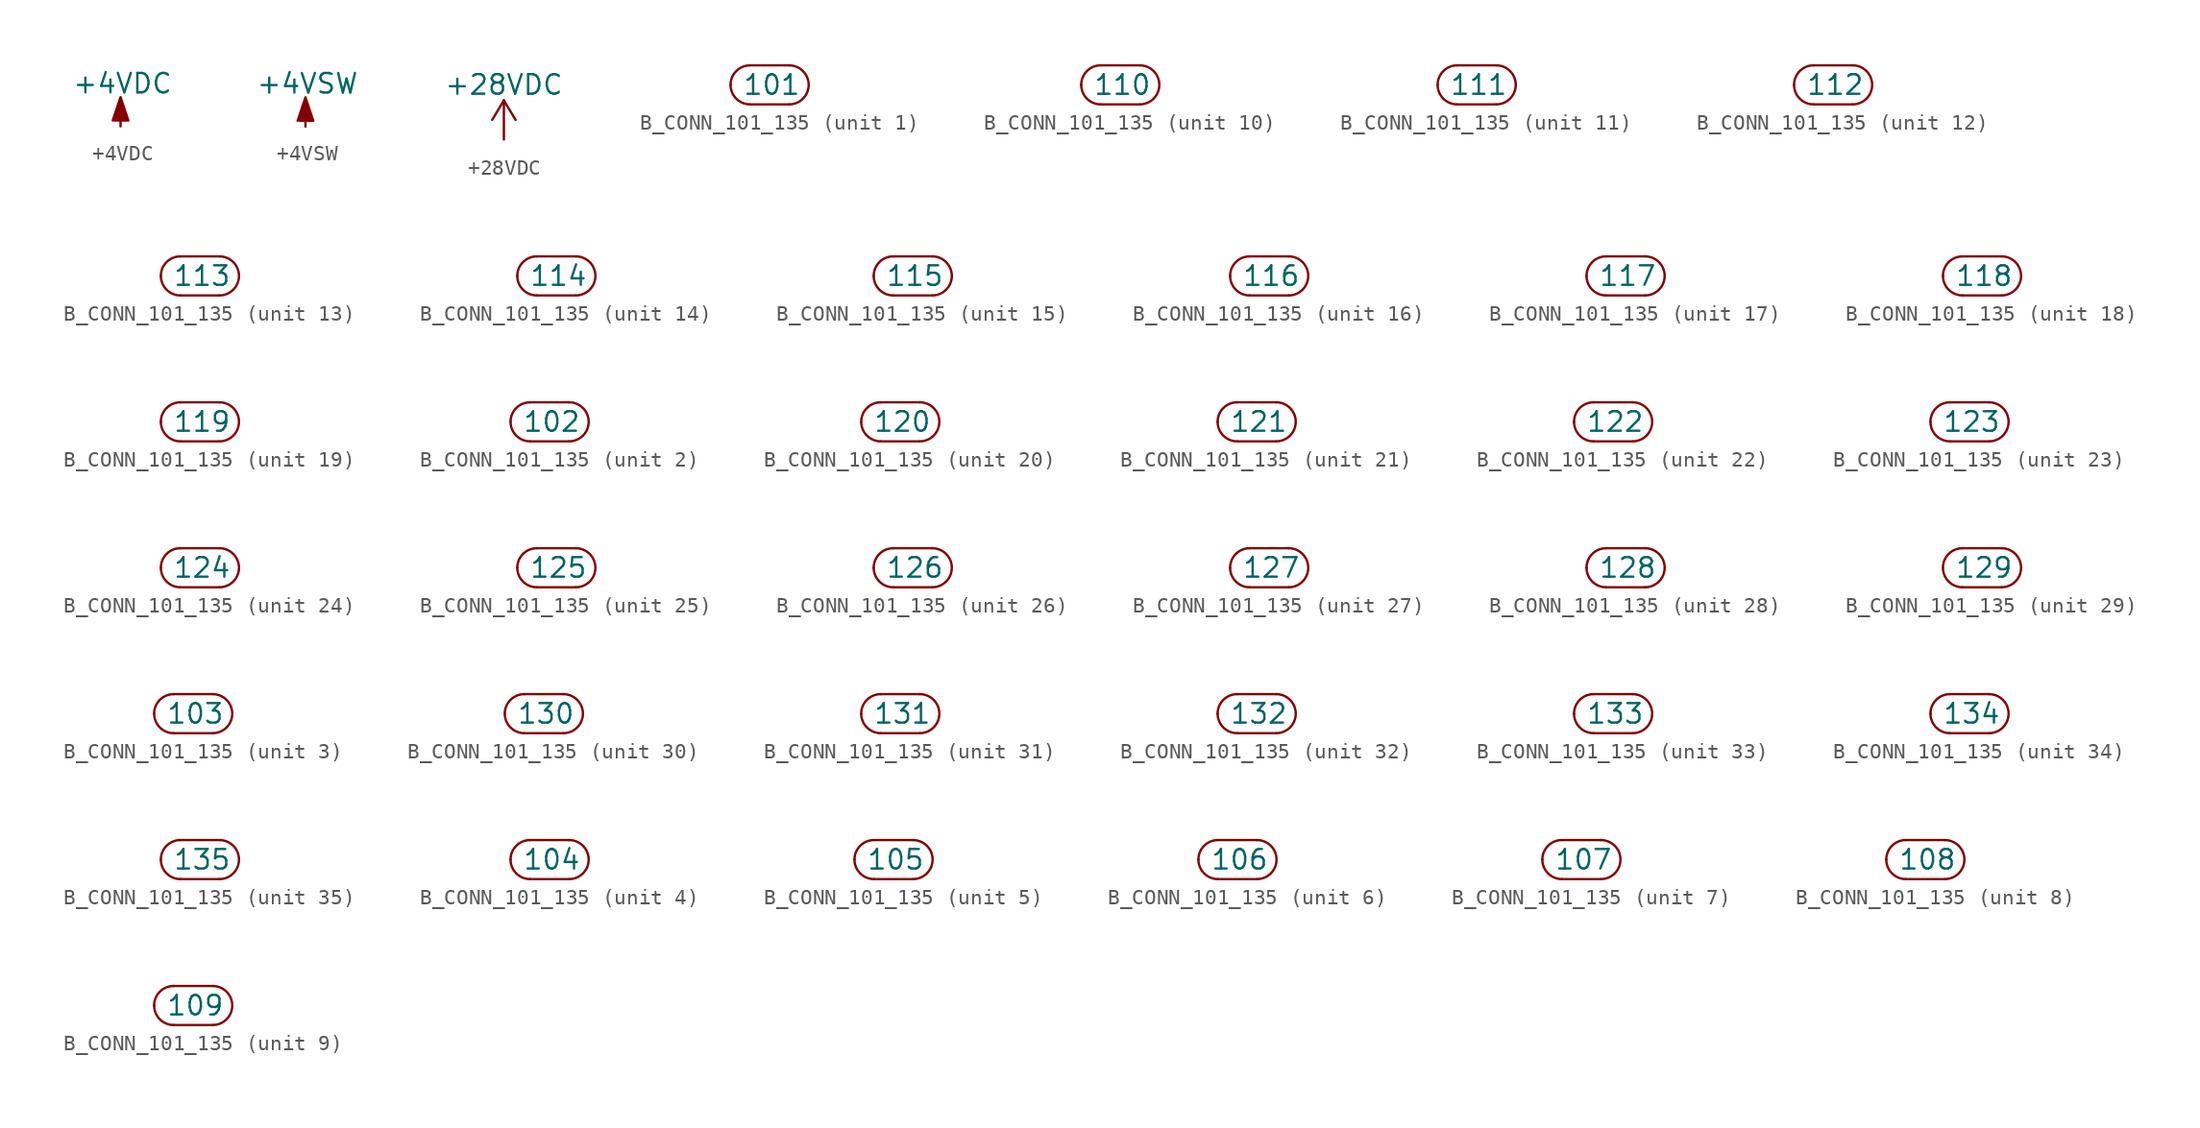
<source format=kicad_sym>
(kicad_symbol_lib
  (version 20211014)
  (generator kicad_symbol_editor)
  (symbol "+4VDC"
    (power)
    (pin_names
      (offset 0))
    (property "Reference" "#PWR"
      (at 0 -3.81 0)
      (effects (font (size 1.27 1.27)) hide))
    (property "Value" "+4VDC"
      (at 0.127 2.794 0)
      (effects (font (size 1.27 1.27))))
    (property "Footprint" ""
      (at 0 0 0)
      (effects (font (size 1.524 1.524))))
    (property "Datasheet" ""
      (at 0 0 0)
      (effects (font (size 1.524 1.524))))
    (symbol "+4VDC_0_1"
      (polyline (pts (xy 0 0) (xy 0 0.381)) (stroke (width 0) (type default) (color 0 0 0 0)) (fill (type none)))
      (polyline (pts (xy -0.508 0.381) (xy 0 1.905) (xy 0.508 0.381) (xy -0.381 0.381)) (stroke (width 0) (type default) (color 0 0 0 0)) (fill (type outline))))
    (symbol "+4VDC_1_1"
      (pin power_in line (at 0 0 90) (length 0) hide (name "+4VDC" (effects (font (size 1.27 1.27)))) (number "1" (effects (font (size 1.27 1.27)))))))
  (symbol "+4VSW"
    (power)
    (pin_names
      (offset 0))
    (property "Reference" "#PWR"
      (at 0 -3.81 0)
      (effects (font (size 1.27 1.27)) hide))
    (property "Value" "+4VSW"
      (at 0.127 2.794 0)
      (effects (font (size 1.27 1.27))))
    (property "Footprint" ""
      (at 0 0 0)
      (effects (font (size 1.524 1.524))))
    (property "Datasheet" ""
      (at 0 0 0)
      (effects (font (size 1.524 1.524))))
    (symbol "+4VSW_0_1"
      (polyline (pts (xy 0 0) (xy 0 0.381)) (stroke (width 0) (type default) (color 0 0 0 0)) (fill (type none)))
      (polyline (pts (xy -0.508 0.381) (xy 0 1.905) (xy 0.508 0.381) (xy -0.381 0.381)) (stroke (width 0) (type default) (color 0 0 0 0)) (fill (type outline))))
    (symbol "+4VSW_1_1"
      (pin power_in line (at 0 0 90) (length 0) hide (name "+4VSW" (effects (font (size 1.27 1.27)))) (number "1" (effects (font (size 1.27 1.27)))))))
  (symbol "+28VDC"
    (power)
    (pin_names
      (offset 0))
    (property "Reference" "#PWR"
      (at 0 -3.81 0)
      (effects (font (size 1.27 1.27)) hide))
    (property "Value" "+28VDC"
      (at 0 3.556 0)
      (effects (font (size 1.27 1.27))))
    (property "Footprint" ""
      (at 0 0 0)
      (effects (font (size 1.524 1.524))))
    (property "Datasheet" ""
      (at 0 0 0)
      (effects (font (size 1.524 1.524))))
    (symbol "+28VDC_0_1"
      (polyline (pts (xy -0.762 1.27) (xy 0 2.54)) (stroke (width 0) (type default) (color 0 0 0 0)) (fill (type none)))
      (polyline (pts (xy 0 0) (xy 0 2.54)) (stroke (width 0) (type default) (color 0 0 0 0)) (fill (type none)))
      (polyline (pts (xy 0 2.54) (xy 0.762 1.27)) (stroke (width 0) (type default) (color 0 0 0 0)) (fill (type none))))
    (symbol "+28VDC_1_1"
      (pin power_in line (at 0 0 90) (length 0) hide (name "+28VDC" (effects (font (size 1.27 1.27)))) (number "1" (effects (font (size 1.27 1.27)))))))
  (symbol "B_CONN_101_135"
    (pin_numbers hide)
    (pin_names
      (offset 0.762))
    (property "Reference" "P"
      (at 0 2.54 0)
      (effects (font (size 1.27 1.27)) hide))
    (property "Footprint" ""
      (at 3.81 0 0)
      (effects (font (size 1.524 1.524))))
    (property "Datasheet" ""
      (at 3.81 0 0)
      (effects (font (size 1.524 1.524))))
    (property "ki_locked" ""
      (at 0 0 0)
      (effects (font (size 1.27 1.27))))
    (symbol "B_CONN_101_135_0_1"
      (arc (start -1.27 1.27) (mid -2.54 0) (end -1.27 -1.27) (stroke (width 0) (type default) (color 0 0 0 0)) (fill (type none)))
      (polyline (pts (xy -1.27 -1.27) (xy 1.27 -1.27)) (stroke (width 0) (type default) (color 0 0 0 0)) (fill (type none)))
      (polyline (pts (xy 1.27 1.27) (xy -1.27 1.27)) (stroke (width 0) (type default) (color 0 0 0 0)) (fill (type none)))
      (arc (start 1.27 -1.27) (mid 2.54 0) (end 1.27 1.27) (stroke (width 0) (type default) (color 0 0 0 0)) (fill (type none))))
    (symbol "B_CONN_101_135_1_1"
      (pin passive line (at -2.54 0 0) (length 0) (name "101" (effects (font (size 1.27 1.27)))) (number "1" (effects (font (size 1.27 1.27))))))
    (symbol "B_CONN_101_135_2_1"
      (pin passive line (at -2.54 0 0) (length 0) (name "102" (effects (font (size 1.27 1.27)))) (number "2" (effects (font (size 1.27 1.27))))))
    (symbol "B_CONN_101_135_3_1"
      (pin passive line (at -2.54 0 0) (length 0) (name "103" (effects (font (size 1.27 1.27)))) (number "3" (effects (font (size 1.27 1.27))))))
    (symbol "B_CONN_101_135_4_1"
      (pin passive line (at -2.54 0 0) (length 0) (name "104" (effects (font (size 1.27 1.27)))) (number "4" (effects (font (size 1.27 1.27))))))
    (symbol "B_CONN_101_135_5_1"
      (pin passive line (at -2.54 0 0) (length 0) (name "105" (effects (font (size 1.27 1.27)))) (number "5" (effects (font (size 1.27 1.27))))))
    (symbol "B_CONN_101_135_6_1"
      (pin passive line (at -2.54 0 0) (length 0) (name "106" (effects (font (size 1.27 1.27)))) (number "6" (effects (font (size 1.27 1.27))))))
    (symbol "B_CONN_101_135_7_1"
      (pin passive line (at -2.54 0 0) (length 0) (name "107" (effects (font (size 1.27 1.27)))) (number "7" (effects (font (size 1.27 1.27))))))
    (symbol "B_CONN_101_135_8_1"
      (pin passive line (at -2.54 0 0) (length 0) (name "108" (effects (font (size 1.27 1.27)))) (number "8" (effects (font (size 1.27 1.27))))))
    (symbol "B_CONN_101_135_9_1"
      (pin passive line (at -2.54 0 0) (length 0) (name "109" (effects (font (size 1.27 1.27)))) (number "9" (effects (font (size 1.27 1.27))))))
    (symbol "B_CONN_101_135_10_1"
      (pin passive line (at -2.54 0 0) (length 0) (name "110" (effects (font (size 1.27 1.27)))) (number "10" (effects (font (size 1.27 1.27))))))
    (symbol "B_CONN_101_135_11_1"
      (pin passive line (at -2.54 0 0) (length 0) (name "111" (effects (font (size 1.27 1.27)))) (number "11" (effects (font (size 1.27 1.27))))))
    (symbol "B_CONN_101_135_12_1"
      (pin passive line (at -2.54 0 0) (length 0) (name "112" (effects (font (size 1.27 1.27)))) (number "12" (effects (font (size 1.27 1.27))))))
    (symbol "B_CONN_101_135_13_1"
      (pin passive line (at -2.54 0 0) (length 0) (name "113" (effects (font (size 1.27 1.27)))) (number "13" (effects (font (size 1.27 1.27))))))
    (symbol "B_CONN_101_135_14_1"
      (pin passive line (at -2.54 0 0) (length 0) (name "114" (effects (font (size 1.27 1.27)))) (number "14" (effects (font (size 1.27 1.27))))))
    (symbol "B_CONN_101_135_15_1"
      (pin passive line (at -2.54 0 0) (length 0) (name "115" (effects (font (size 1.27 1.27)))) (number "15" (effects (font (size 1.27 1.27))))))
    (symbol "B_CONN_101_135_16_1"
      (pin passive line (at -2.54 0 0) (length 0) (name "116" (effects (font (size 1.27 1.27)))) (number "16" (effects (font (size 1.27 1.27))))))
    (symbol "B_CONN_101_135_17_1"
      (pin passive line (at -2.54 0 0) (length 0) (name "117" (effects (font (size 1.27 1.27)))) (number "17" (effects (font (size 1.27 1.27))))))
    (symbol "B_CONN_101_135_18_1"
      (pin passive line (at -2.54 0 0) (length 0) (name "118" (effects (font (size 1.27 1.27)))) (number "18" (effects (font (size 1.27 1.27))))))
    (symbol "B_CONN_101_135_19_1"
      (pin passive line (at -2.54 0 0) (length 0) (name "119" (effects (font (size 1.27 1.27)))) (number "19" (effects (font (size 1.27 1.27))))))
    (symbol "B_CONN_101_135_20_1"
      (pin passive line (at -2.54 0 0) (length 0) (name "120" (effects (font (size 1.27 1.27)))) (number "20" (effects (font (size 1.27 1.27))))))
    (symbol "B_CONN_101_135_21_1"
      (pin passive line (at -2.54 0 0) (length 0) (name "121" (effects (font (size 1.27 1.27)))) (number "21" (effects (font (size 1.27 1.27))))))
    (symbol "B_CONN_101_135_22_1"
      (pin passive line (at -2.54 0 0) (length 0) (name "122" (effects (font (size 1.27 1.27)))) (number "22" (effects (font (size 1.27 1.27))))))
    (symbol "B_CONN_101_135_23_1"
      (pin passive line (at -2.54 0 0) (length 0) (name "123" (effects (font (size 1.27 1.27)))) (number "23" (effects (font (size 1.27 1.27))))))
    (symbol "B_CONN_101_135_24_1"
      (pin passive line (at -2.54 0 0) (length 0) (name "124" (effects (font (size 1.27 1.27)))) (number "24" (effects (font (size 1.27 1.27))))))
    (symbol "B_CONN_101_135_25_1"
      (pin passive line (at -2.54 0 0) (length 0) (name "125" (effects (font (size 1.27 1.27)))) (number "25" (effects (font (size 1.27 1.27))))))
    (symbol "B_CONN_101_135_26_1"
      (pin passive line (at -2.54 0 0) (length 0) (name "126" (effects (font (size 1.27 1.27)))) (number "26" (effects (font (size 1.27 1.27))))))
    (symbol "B_CONN_101_135_27_1"
      (pin passive line (at -2.54 0 0) (length 0) (name "127" (effects (font (size 1.27 1.27)))) (number "27" (effects (font (size 1.27 1.27))))))
    (symbol "B_CONN_101_135_28_1"
      (pin passive line (at -2.54 0 0) (length 0) (name "128" (effects (font (size 1.27 1.27)))) (number "28" (effects (font (size 1.27 1.27))))))
    (symbol "B_CONN_101_135_29_1"
      (pin passive line (at -2.54 0 0) (length 0) (name "129" (effects (font (size 1.27 1.27)))) (number "29" (effects (font (size 1.27 1.27))))))
    (symbol "B_CONN_101_135_30_1"
      (pin passive line (at -2.54 0 0) (length 0) (name "130" (effects (font (size 1.27 1.27)))) (number "30" (effects (font (size 1.27 1.27))))))
    (symbol "B_CONN_101_135_31_1"
      (pin passive line (at -2.54 0 0) (length 0) (name "131" (effects (font (size 1.27 1.27)))) (number "31" (effects (font (size 1.27 1.27))))))
    (symbol "B_CONN_101_135_32_1"
      (pin passive line (at -2.54 0 0) (length 0) (name "132" (effects (font (size 1.27 1.27)))) (number "32" (effects (font (size 1.27 1.27))))))
    (symbol "B_CONN_101_135_33_1"
      (pin passive line (at -2.54 0 0) (length 0) (name "133" (effects (font (size 1.27 1.27)))) (number "33" (effects (font (size 1.27 1.27))))))
    (symbol "B_CONN_101_135_34_1"
      (pin passive line (at -2.54 0 0) (length 0) (name "134" (effects (font (size 1.27 1.27)))) (number "34" (effects (font (size 1.27 1.27))))))
    (symbol "B_CONN_101_135_35_1"
      (pin passive line (at -2.54 0 0) (length 0) (name "135" (effects (font (size 1.27 1.27)))) (number "35" (effects (font (size 1.27 1.27))))))))
</source>
